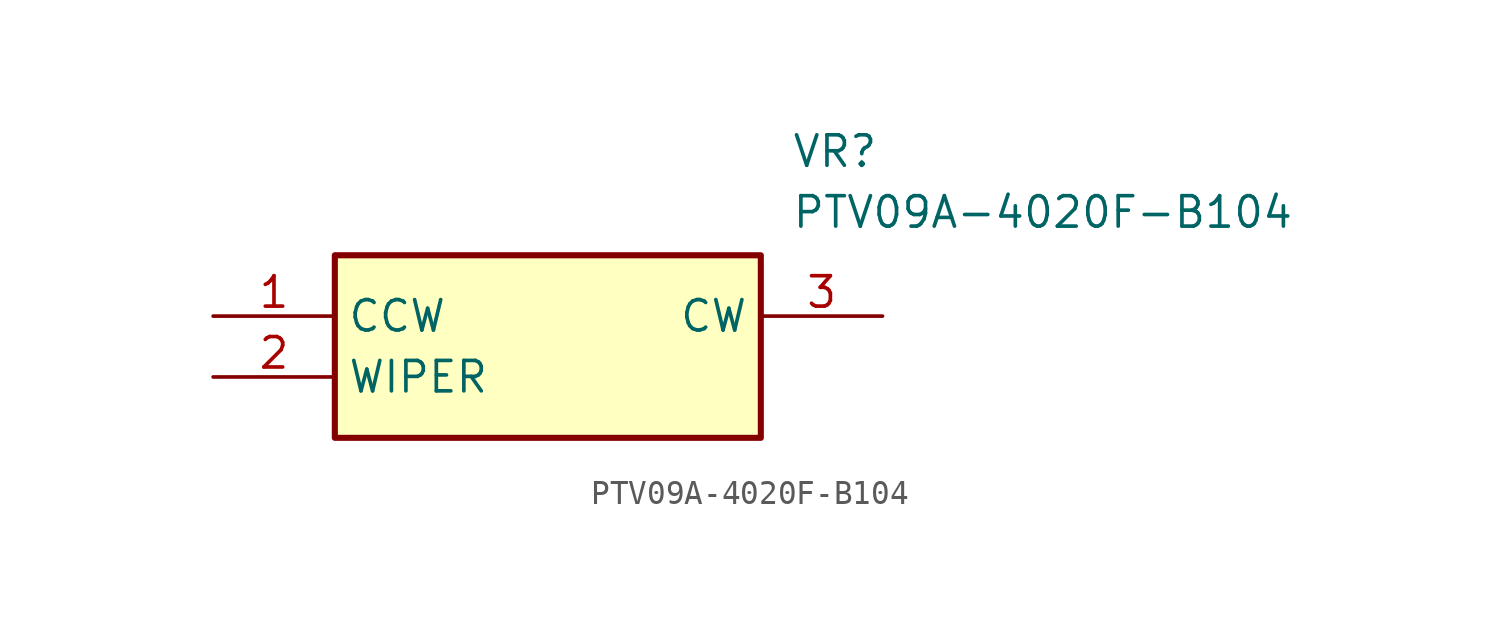
<source format=kicad_sym>
(kicad_symbol_lib
  (version 20211014)
  (generator SamacSys_ECAD_Model)
  (symbol "PTV09A-4020F-B104"
    (property "Reference" "VR"
      (at 24.13 7.62 0)
      (effects (font (size 1.27 1.27)) (justify left top)))
    (property "Value" "PTV09A-4020F-B104"
      (at 24.13 5.08 0)
      (effects (font (size 1.27 1.27)) (justify left top)))
    (rectangle
      (start 5.08 2.54)
      (end 22.86 -5.08)
      (stroke (width 0.254) (type default))
      (fill (type background)))
    (pin passive line
      (at 0 0 0)
      (length 5.08)
      (name "CCW" (effects (font (size 1.27 1.27))))
      (number "1" (effects (font (size 1.27 1.27)))))
    (pin passive line
      (at 0 -2.54 0)
      (length 5.08)
      (name "WIPER" (effects (font (size 1.27 1.27))))
      (number "2" (effects (font (size 1.27 1.27)))))
    (pin passive line
      (at 27.94 0 180)
      (length 5.08)
      (name "CW" (effects (font (size 1.27 1.27))))
      (number "3" (effects (font (size 1.27 1.27)))))))
</source>
